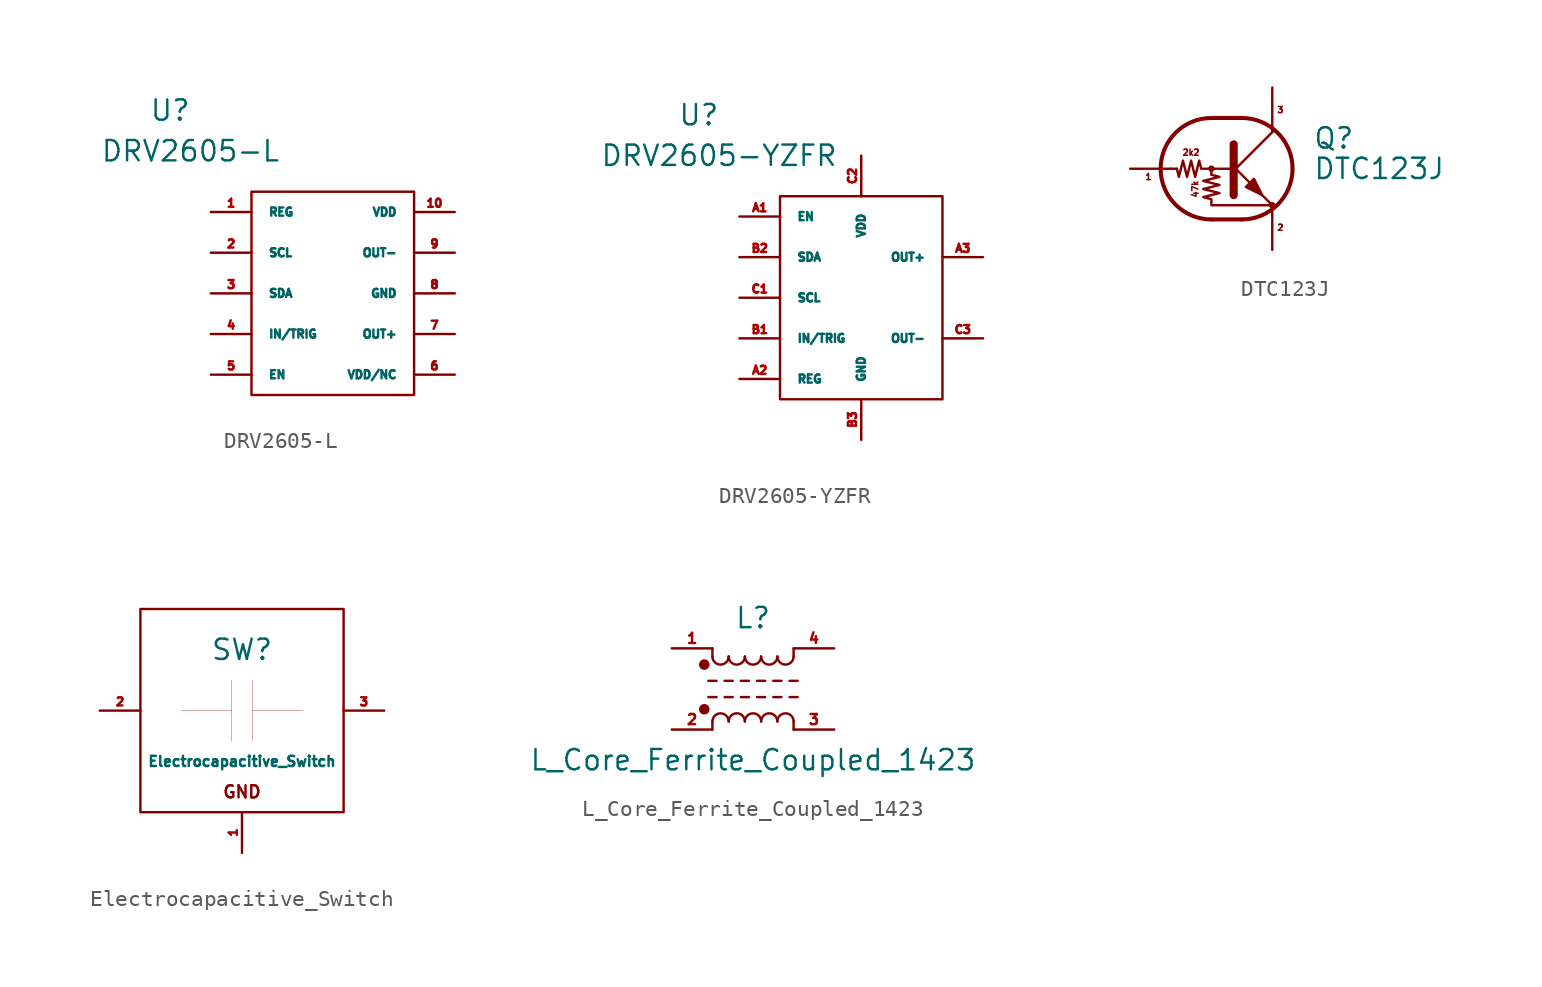
<source format=kicad_sym>
(kicad_symbol_lib
  (version 20201005)
  (generator kicad_symbol_editor)
  (symbol "acheronSymbols:DRV2605-L"
    (pin_names
      (offset 1.016))
    (property "Reference" "U"
      (at -10.16 11.43 0)
      (effects (font (size 1.27 1.27))))
    (property "Value" "DRV2605-L"
      (at -8.89 8.89 0)
      (effects (font (size 1.27 1.27))))
    (symbol "DRV2605-L_0_1"
      (rectangle (start -5.08 6.35) (end 5.08 -6.35) (stroke (width 0)) (fill (type none))))
    (symbol "DRV2605-L_1_1"
      (pin output line (at -7.62 5.08 0) (length 2.54) (name "REG" (effects (font (size 0.508 0.508)))) (number "1" (effects (font (size 0.508 0.508)))))
      (pin power_in line (at 7.62 5.08 180) (length 2.54) (name "VDD" (effects (font (size 0.508 0.508)))) (number "10" (effects (font (size 0.508 0.508)))))
      (pin bidirectional line (at -7.62 2.54 0) (length 2.54) (name "SCL" (effects (font (size 0.508 0.508)))) (number "2" (effects (font (size 0.508 0.508)))))
      (pin bidirectional line (at -7.62 0 0) (length 2.54) (name "SDA" (effects (font (size 0.508 0.508)))) (number "3" (effects (font (size 0.508 0.508)))))
      (pin input line (at -7.62 -2.54 0) (length 2.54) (name "IN/TRIG" (effects (font (size 0.508 0.508)))) (number "4" (effects (font (size 0.508 0.508)))))
      (pin input line (at -7.62 -5.08 0) (length 2.54) (name "EN" (effects (font (size 0.508 0.508)))) (number "5" (effects (font (size 0.508 0.508)))))
      (pin power_in line (at 7.62 -5.08 180) (length 2.54) (name "VDD/NC" (effects (font (size 0.508 0.508)))) (number "6" (effects (font (size 0.508 0.508)))))
      (pin power_out line (at 7.62 -2.54 180) (length 2.54) (name "OUT+" (effects (font (size 0.508 0.508)))) (number "7" (effects (font (size 0.508 0.508)))))
      (pin passive line (at 7.62 0 180) (length 2.54) (name "GND" (effects (font (size 0.508 0.508)))) (number "8" (effects (font (size 0.508 0.508)))))
      (pin passive line (at 7.62 2.54 180) (length 2.54) (name "OUT-" (effects (font (size 0.508 0.508)))) (number "9" (effects (font (size 0.508 0.508)))))))
  (symbol "acheronSymbols:DRV2605-YZFR"
    (pin_names
      (offset 1.016))
    (property "Reference" "U"
      (at -10.16 11.43 0)
      (effects (font (size 1.27 1.27))))
    (property "Value" "DRV2605-YZFR"
      (at -8.89 8.89 0)
      (effects (font (size 1.27 1.27))))
    (symbol "DRV2605-YZFR_0_1"
      (rectangle (start -5.08 6.35) (end 5.08 -6.35) (stroke (width 0)) (fill (type none))))
    (symbol "DRV2605-YZFR_1_1"
      (pin input line (at -7.62 5.08 0) (length 2.54) (name "EN" (effects (font (size 0.508 0.508)))) (number "A1" (effects (font (size 0.508 0.508)))))
      (pin power_out line (at -7.62 -5.08 0) (length 2.54) (name "REG" (effects (font (size 0.508 0.508)))) (number "A2" (effects (font (size 0.508 0.508)))))
      (pin power_out line (at 7.62 2.54 180) (length 2.54) (name "OUT+" (effects (font (size 0.508 0.508)))) (number "A3" (effects (font (size 0.508 0.508)))))
      (pin input line (at -7.62 -2.54 0) (length 2.54) (name "IN/TRIG" (effects (font (size 0.508 0.508)))) (number "B1" (effects (font (size 0.508 0.508)))))
      (pin bidirectional line (at -7.62 2.54 0) (length 2.54) (name "SDA" (effects (font (size 0.508 0.508)))) (number "B2" (effects (font (size 0.508 0.508)))))
      (pin passive line (at 0 -8.89 90) (length 2.54) (name "GND" (effects (font (size 0.508 0.508)))) (number "B3" (effects (font (size 0.508 0.508)))))
      (pin bidirectional line (at -7.62 0 0) (length 2.54) (name "SCL" (effects (font (size 0.508 0.508)))) (number "C1" (effects (font (size 0.508 0.508)))))
      (pin passive line (at 0 8.89 270) (length 2.54) (name "VDD" (effects (font (size 0.508 0.508)))) (number "C2" (effects (font (size 0.508 0.508)))))
      (pin passive line (at 7.62 -2.54 180) (length 2.54) (name "OUT-" (effects (font (size 0.508 0.508)))) (number "C3" (effects (font (size 0.508 0.508)))))))
  (symbol "acheronSymbols:DTC123J"
    (pin_names
      (offset 0) hide)
    (property "Reference" "Q"
      (at 5.08 1.905 0)
      (effects (font (size 1.27 1.27)) (justify left)))
    (property "Value" "DTC123J"
      (at 5.08 0 0)
      (effects (font (size 1.27 1.27)) (justify left)))
    (symbol "DTC123J_0_0"
      (text "2k2" (at -2.54 1.016 0) (effects (font (size 0.381 0.381))))
      (text "47k" (at -2.286 -1.27 900) (effects (font (size 0.381 0.381)))))
    (symbol "DTC123J_0_1"
      (arc (start -1.27 3.175) (end -1.27 -3.175) (radius (at -1.27 0) (length 3.175) (angles 90.1 -90.1)) (stroke (width 0.254)) (fill (type none)))
      (arc (start 0.635 -3.175) (end 0.635 3.175) (radius (at 0.635 0) (length 3.175) (angles -89.9 89.9)) (stroke (width 0.254)) (fill (type none)))
      (circle (center -1.27 0) (radius 0.127) (stroke (width 0)) (fill (type none)))
      (circle (center 2.54 -2.286) (radius 0.127) (stroke (width 0)) (fill (type none)))
      (polyline (pts (xy -3.429 0) (xy -3.81 0)) (stroke (width 0)) (fill (type none)))
      (polyline (pts (xy -1.27 -3.175) (xy 0.635 -3.175)) (stroke (width 0.254)) (fill (type none)))
      (polyline (pts (xy -1.27 3.175) (xy 0.635 3.175)) (stroke (width 0.254)) (fill (type none)))
      (polyline (pts (xy 0 -0.254) (xy 2.54 2.286)) (stroke (width 0)) (fill (type none)))
      (polyline (pts (xy 2.54 2.286) (xy 2.54 2.54)) (stroke (width 0)) (fill (type none)))
      (polyline (pts (xy 2.54 -2.286) (xy 0 0.254) (xy 0 0.254)) (stroke (width 0)) (fill (type none)))
      (polyline (pts (xy 0 0) (xy -1.905 0) (xy -2.032 0.508) (xy -2.286 -0.508) (xy -2.54 0.508) (xy -2.794 -0.508) (xy -3.048 0.508) (xy -3.302 -0.508) (xy -3.429 0)) (stroke (width 0)) (fill (type none)))
      (polyline (pts (xy -1.27 0) (xy -1.27 -0.381) (xy -0.762 -0.508) (xy -1.778 -0.762) (xy -0.762 -1.016) (xy -1.778 -1.27) (xy -0.762 -1.524) (xy -1.778 -1.778) (xy -1.27 -1.905) (xy -1.27 -2.286) (xy 2.54 -2.286)) (stroke (width 0)) (fill (type none)))
      (polyline (pts (xy 0.127 1.524) (xy 0.127 -1.651)) (stroke (width 0.508)) (fill (type outline)))
      (polyline (pts (xy 0.889 -1.143) (xy 1.397 -0.635) (xy 1.905 -1.651) (xy 0.889 -1.143)) (stroke (width 0)) (fill (type outline))))
    (symbol "DTC123J_1_1"
      (text "1" (at -5.207 -0.508 0) (effects (font (size 0.381 0.381))))
      (text "2" (at 3.048 -3.683 0) (effects (font (size 0.381 0.381))))
      (text "3" (at 3.048 3.683 0) (effects (font (size 0.381 0.381))))
      (pin input line (at -6.35 0 0) (length 2.54) (name "B" (effects (font (size 0 0)))) (number "1" (effects (font (size 0 0)))))
      (pin passive line (at 2.54 -5.08 90) (length 2.54) (name "E" (effects (font (size 0 0)))) (number "2" (effects (font (size 0 0)))))
      (pin passive line (at 2.54 5.08 270) (length 2.54) (name "C" (effects (font (size 0 0)))) (number "3" (effects (font (size 0 0)))))))
  (symbol "acheronSymbols:Electrocapacitive_Switch"
    (pin_names
      (offset 1.016))
    (property "Reference" "SW"
      (at 0 3.81 0)
      (effects (font (size 1.27 1.27))))
    (property "Value" "Electrocapacitive_Switch"
      (at 0 -3.175 0)
      (effects (font (size 0.635 0.635))))
    (symbol "Electrocapacitive_Switch_0_0"
      (text "GND" (at 0 -5.08 0) (effects (font (size 0.762 0.762))))
      (rectangle (start -3.81 0) (end -0.635 0) (stroke (width 0.001)) (fill (type none)))
      (rectangle (start -0.635 1.905) (end -0.635 -1.905) (stroke (width 0.001)) (fill (type none)))
      (rectangle (start 0.635 0) (end 3.81 0) (stroke (width 0.001)) (fill (type none)))
      (rectangle (start 0.635 1.905) (end 0.635 -1.905) (stroke (width 0.001)) (fill (type none))))
    (symbol "Electrocapacitive_Switch_0_1"
      (rectangle (start -6.35 6.35) (end 6.35 -6.35) (stroke (width 0)) (fill (type none))))
    (symbol "Electrocapacitive_Switch_1_1"
      (pin bidirectional line (at 0 -8.89 90) (length 2.54) (name "" (effects (font (size 0.508 0.508)))) (number "1" (effects (font (size 0.508 0.508)))))
      (pin bidirectional line (at -8.89 0 0) (length 2.54) (name "" (effects (font (size 0.508 0.508)))) (number "2" (effects (font (size 0.508 0.508)))))
      (pin bidirectional line (at 8.89 0 180) (length 2.54) (name "" (effects (font (size 0.508 0.508)))) (number "3" (effects (font (size 0.508 0.508)))))))
  (symbol "acheronSymbols:L_Core_Ferrite_Coupled_1423"
    (pin_names
      (offset 0.254) hide)
    (property "Reference" "L"
      (at 0 4.445 0)
      (effects (font (size 1.27 1.27))))
    (property "Value" "L_Core_Ferrite_Coupled_1423"
      (at 0 -4.445 0)
      (effects (font (size 1.27 1.27))))
    (symbol "L_Core_Ferrite_Coupled_1423_0_1"
      (arc (start -1.524 -2.032) (end -2.54 -2.032) (radius (at -2.032 -2.032) (length 0.508) (angles 0.1 179.9)) (stroke (width 0)) (fill (type none)))
      (arc (start -2.54 2.032) (end -1.524 2.032) (radius (at -2.032 2.032) (length 0.508) (angles -179.9 -0.1)) (stroke (width 0)) (fill (type none)))
      (arc (start -0.508 -2.032) (end -1.524 -2.032) (radius (at -1.016 -2.032) (length 0.508) (angles 0.1 179.9)) (stroke (width 0)) (fill (type none)))
      (arc (start -1.524 2.032) (end -0.508 2.032) (radius (at -1.016 2.032) (length 0.508) (angles -179.9 -0.1)) (stroke (width 0)) (fill (type none)))
      (arc (start 0.508 -2.032) (end -0.508 -2.032) (radius (at 0 -2.032) (length 0.508) (angles 0.1 179.9)) (stroke (width 0)) (fill (type none)))
      (arc (start -0.508 2.032) (end 0.508 2.032) (radius (at 0 2.032) (length 0.508) (angles -179.9 -0.1)) (stroke (width 0)) (fill (type none)))
      (arc (start 1.524 -2.032) (end 0.508 -2.032) (radius (at 1.016 -2.032) (length 0.508) (angles 0.1 179.9)) (stroke (width 0)) (fill (type none)))
      (arc (start 0.508 2.032) (end 1.524 2.032) (radius (at 1.016 2.032) (length 0.508) (angles -179.9 -0.1)) (stroke (width 0)) (fill (type none)))
      (arc (start 2.54 -2.032) (end 1.524 -2.032) (radius (at 2.032 -2.032) (length 0.508) (angles 0.1 179.9)) (stroke (width 0)) (fill (type none)))
      (arc (start 1.524 2.032) (end 2.54 2.032) (radius (at 2.032 2.032) (length 0.508) (angles -179.9 -0.1)) (stroke (width 0)) (fill (type none)))
      (circle (center -3.048 -1.27) (radius 0.254) (stroke (width 0)) (fill (type outline)))
      (circle (center -3.048 1.524) (radius 0.254) (stroke (width 0)) (fill (type outline)))
      (polyline (pts (xy -2.794 -0.508) (xy -2.286 -0.508)) (stroke (width 0)) (fill (type none)))
      (polyline (pts (xy -2.794 0.508) (xy -2.286 0.508)) (stroke (width 0)) (fill (type none)))
      (polyline (pts (xy -2.54 -2.032) (xy -2.54 -2.54)) (stroke (width 0)) (fill (type none)))
      (polyline (pts (xy -2.54 2.032) (xy -2.54 2.54)) (stroke (width 0)) (fill (type none)))
      (polyline (pts (xy -1.778 -0.508) (xy -1.27 -0.508)) (stroke (width 0)) (fill (type none)))
      (polyline (pts (xy -1.778 0.508) (xy -1.27 0.508)) (stroke (width 0)) (fill (type none)))
      (polyline (pts (xy -0.762 -0.508) (xy -0.254 -0.508)) (stroke (width 0)) (fill (type none)))
      (polyline (pts (xy -0.762 0.508) (xy -0.254 0.508)) (stroke (width 0)) (fill (type none)))
      (polyline (pts (xy 0.254 -0.508) (xy 0.762 -0.508)) (stroke (width 0)) (fill (type none)))
      (polyline (pts (xy 0.254 0.508) (xy 0.762 0.508)) (stroke (width 0)) (fill (type none)))
      (polyline (pts (xy 1.27 -0.508) (xy 1.778 -0.508)) (stroke (width 0)) (fill (type none)))
      (polyline (pts (xy 1.27 0.508) (xy 1.778 0.508)) (stroke (width 0)) (fill (type none)))
      (polyline (pts (xy 2.286 -0.508) (xy 2.794 -0.508)) (stroke (width 0)) (fill (type none)))
      (polyline (pts (xy 2.286 0.508) (xy 2.794 0.508)) (stroke (width 0)) (fill (type none)))
      (polyline (pts (xy 2.54 -2.032) (xy 2.54 -2.54)) (stroke (width 0)) (fill (type none)))
      (polyline (pts (xy 2.54 2.54) (xy 2.54 2.032)) (stroke (width 0)) (fill (type none))))
    (symbol "L_Core_Ferrite_Coupled_1423_1_1"
      (pin passive line (at -5.08 2.54 0) (length 2.54) (name "1" (effects (font (size 0.635 0.635)))) (number "1" (effects (font (size 0.635 0.635)))))
      (pin passive line (at -5.08 -2.54 0) (length 2.54) (name "2" (effects (font (size 0.635 0.635)))) (number "2" (effects (font (size 0.635 0.635)))))
      (pin passive line (at 5.08 -2.54 180) (length 2.54) (name "3" (effects (font (size 0.635 0.635)))) (number "3" (effects (font (size 0.635 0.635)))))
      (pin passive line (at 5.08 2.54 180) (length 2.54) (name "4" (effects (font (size 0.635 0.635)))) (number "4" (effects (font (size 0.635 0.635))))))))
</source>
